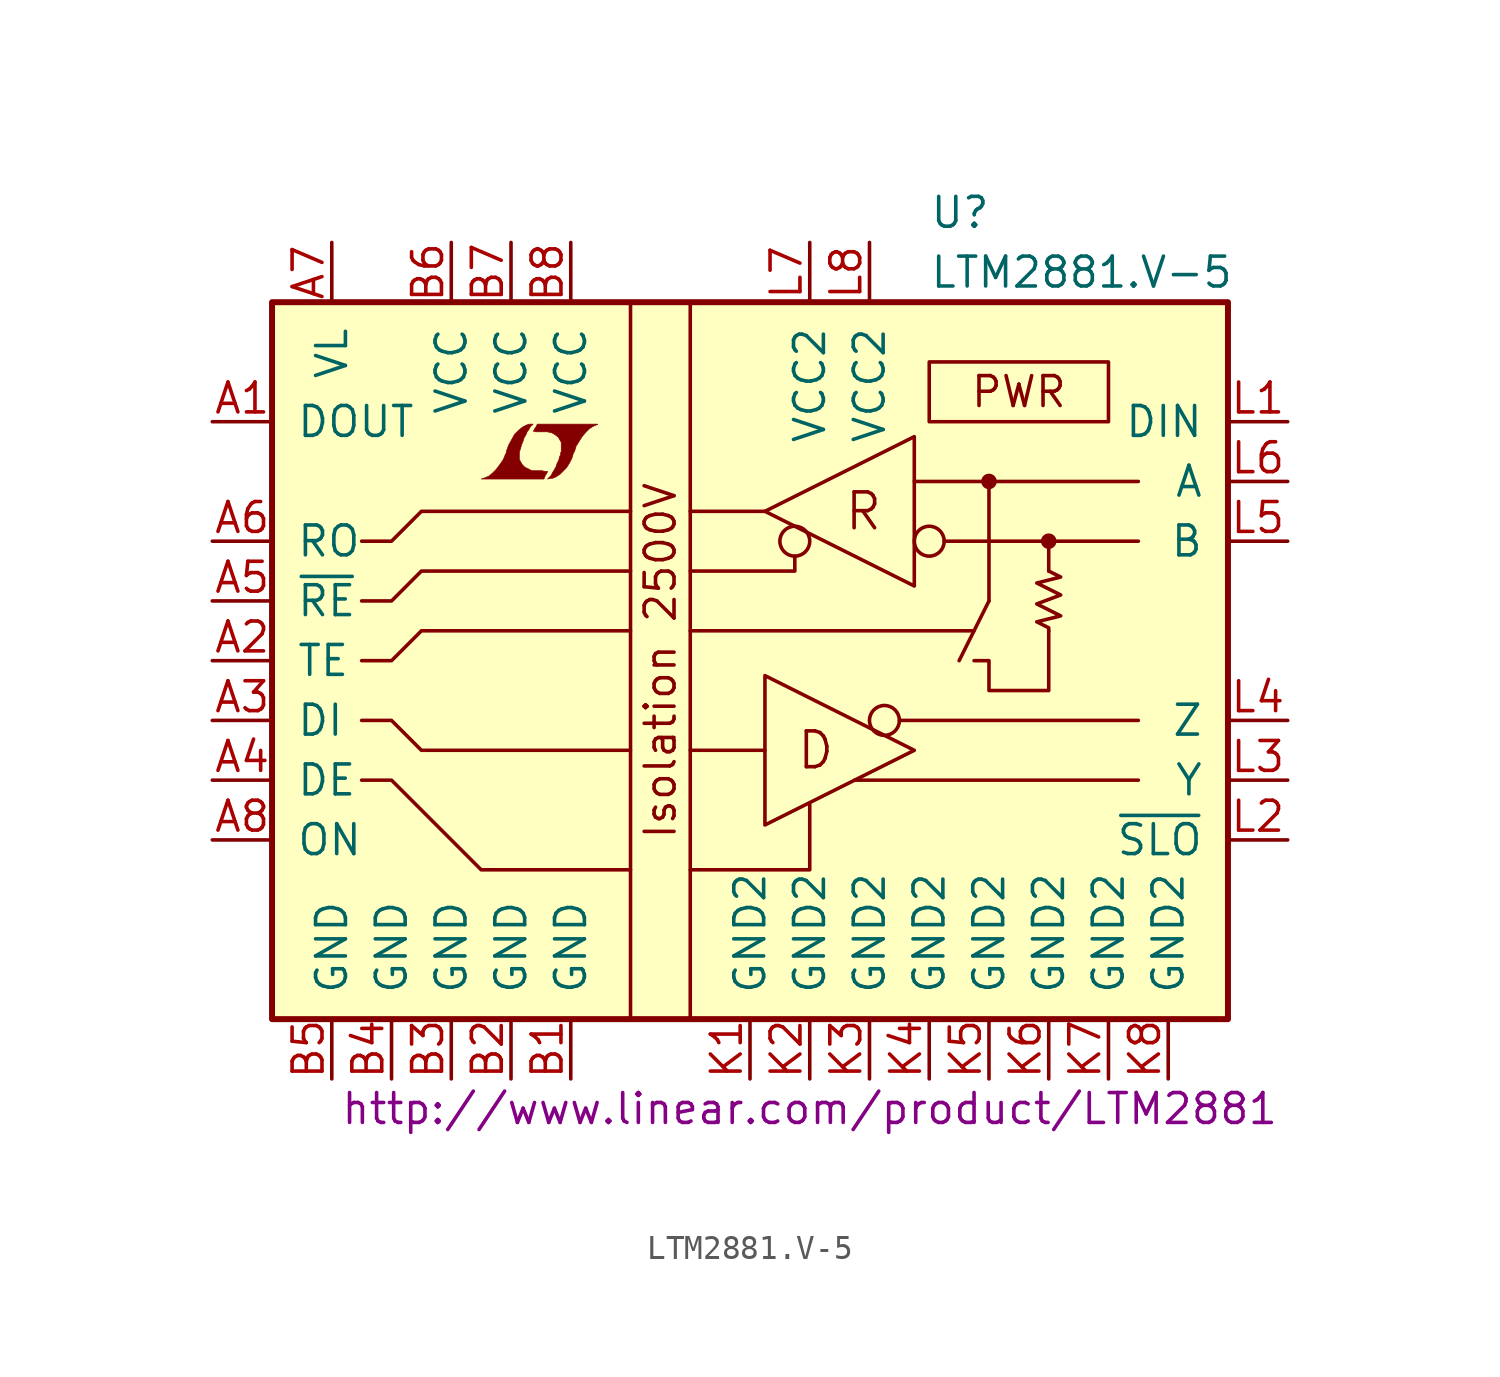
<source format=kicad_sym>
(kicad_symbol_lib
  (version 20201005)
  (generator kicad_symbol_editor)
  (symbol "LTM2881.V-5"
    (pin_names
      (offset 1.016))
    (property "Reference" "U"
      (at 7.62 19.05 0)
      (effects (font (size 1.27 1.27)) (justify left)))
    (property "Value" "LTM2881.V-5"
      (at 7.62 16.51 0)
      (effects (font (size 1.27 1.27)) (justify left)))
    (property "Datasheet" "http://www.linear.com/product/LTM2881"
      (at 2.54 -19.05 0)
      (effects (font (size 1.27 1.27))))
    (symbol "LTM2881.V-5_0_0"
      (text "D" (at 2.794 -3.81 0) (effects (font (size 1.524 1.524))))
      (text "Isolation 2500V" (at -3.81 0 900) (effects (font (size 1.27 1.27))))
      (text "R" (at 4.826 6.35 0) (effects (font (size 1.524 1.524))))
      (rectangle (start 7.62 12.7) (end 15.24 10.16) (stroke (width 0)) (fill (type none)))
      (polyline (pts (xy -8.687 7.899) (xy -8.661 7.925) (xy -8.611 8.026) (xy -8.611 8.052) (xy -8.738 8.052) (xy -8.839 8.077) (xy -9.296 8.077) (xy -9.322 8.103) (xy -9.576 8.23) (xy -9.677 8.331) (xy -9.754 8.458) (xy -9.804 8.56) (xy -9.804 8.865) (xy -9.754 9.017) (xy -9.728 9.119) (xy -9.703 9.195) (xy -9.652 9.322) (xy -9.601 9.474) (xy -9.525 9.601) (xy -9.474 9.728) (xy -9.398 9.83) (xy -9.347 9.931) (xy -9.22 10.058) (xy -9.398 10.058) (xy -9.525 10.008) (xy -9.627 9.957) (xy -9.703 9.906) (xy -9.83 9.804) (xy -10.008 9.627) (xy -10.262 9.169) (xy -10.363 8.89) (xy -10.363 8.839) (xy -10.414 8.738) (xy -10.465 8.611) (xy -10.516 8.509) (xy -10.643 8.331) (xy -10.795 8.128) (xy -10.947 7.976) (xy -11.1 7.849) (xy -11.278 7.772) (xy -11.43 7.722) (xy -8.763 7.722) (xy -8.687 7.899)) (stroke (width 0.025)) (fill (type outline)))
      (polyline (pts (xy -8.484 7.747) (xy -8.407 7.747) (xy -8.23 7.823) (xy -8.077 7.925) (xy -7.798 8.204) (xy -7.671 8.407) (xy -7.569 8.611) (xy -7.493 8.865) (xy -7.468 8.865) (xy -7.391 9.119) (xy -7.137 9.525) (xy -6.985 9.703) (xy -6.833 9.855) (xy -6.68 9.957) (xy -6.502 10.033) (xy -6.477 10.033) (xy -6.477 10.058) (xy -9.042 10.058) (xy -9.119 9.906) (xy -9.144 9.881) (xy -9.195 9.779) (xy -9.22 9.754) (xy -9.169 9.754) (xy -9.119 9.728) (xy -8.585 9.728) (xy -8.534 9.703) (xy -8.484 9.703) (xy -8.407 9.677) (xy -8.28 9.601) (xy -8.153 9.5) (xy -8.077 9.373) (xy -8.052 9.322) (xy -8.026 9.296) (xy -8.026 8.89) (xy -8.052 8.839) (xy -8.052 8.763) (xy -8.103 8.661) (xy -8.128 8.534) (xy -8.204 8.382) (xy -8.255 8.23) (xy -8.407 7.976) (xy -8.458 7.874) (xy -8.611 7.722) (xy -8.484 7.747)) (stroke (width 0.025)) (fill (type outline))))
    (symbol "LTM2881.V-5_0_1"
      (circle (center 1.905 5.08) (radius 0.635) (stroke (width 0)) (fill (type none)))
      (circle (center 5.715 -2.54) (radius 0.635) (stroke (width 0)) (fill (type none)))
      (circle (center 7.62 5.08) (radius 0.635) (stroke (width 0)) (fill (type none)))
      (circle (center 10.16 7.62) (radius 0.254) (stroke (width 0)) (fill (type outline)))
      (circle (center 12.7 5.08) (radius 0.254) (stroke (width 0)) (fill (type outline)))
      (rectangle (start -20.32 15.24) (end 20.32 -15.24) (stroke (width 0.254)) (fill (type background)))
      (rectangle (start -5.08 15.24) (end -2.54 -15.24) (stroke (width 0)) (fill (type none)))
      (polyline (pts (xy -2.54 1.27) (xy 9.525 1.27)) (stroke (width 0)) (fill (type none)))
      (polyline (pts (xy 0.635 -3.81) (xy -2.54 -3.81)) (stroke (width 0)) (fill (type none)))
      (polyline (pts (xy 0.635 6.35) (xy -2.54 6.35)) (stroke (width 0)) (fill (type none)))
      (polyline (pts (xy 6.35 -2.54) (xy 16.51 -2.54)) (stroke (width 0)) (fill (type none)))
      (polyline (pts (xy 8.255 5.08) (xy 16.51 5.08)) (stroke (width 0)) (fill (type none)))
      (polyline (pts (xy 10.16 2.54) (xy 8.89 0)) (stroke (width 0)) (fill (type none)))
      (polyline (pts (xy 10.16 7.62) (xy 10.16 2.54)) (stroke (width 0)) (fill (type none)))
      (polyline (pts (xy 12.7 3.81) (xy 12.7 5.08)) (stroke (width 0)) (fill (type none)))
      (polyline (pts (xy 16.51 -5.08) (xy 4.445 -5.08)) (stroke (width 0)) (fill (type none)))
      (polyline (pts (xy 16.51 7.62) (xy 6.985 7.62)) (stroke (width 0)) (fill (type none)))
      (polyline (pts (xy -2.54 -8.89) (xy 2.54 -8.89) (xy 2.54 -6.096)) (stroke (width 0)) (fill (type none)))
      (polyline (pts (xy 1.905 4.445) (xy 1.905 3.81) (xy -2.54 3.81)) (stroke (width 0)) (fill (type none)))
      (polyline (pts (xy -16.51 -5.08) (xy -15.24 -5.08) (xy -11.43 -8.89) (xy -5.08 -8.89)) (stroke (width 0)) (fill (type none)))
      (polyline (pts (xy -16.51 0) (xy -15.24 0) (xy -13.97 1.27) (xy -5.08 1.27)) (stroke (width 0)) (fill (type none)))
      (polyline (pts (xy -16.51 2.54) (xy -15.24 2.54) (xy -13.97 3.81) (xy -5.08 3.81)) (stroke (width 0)) (fill (type none)))
      (polyline (pts (xy -16.51 5.08) (xy -15.24 5.08) (xy -13.97 6.35) (xy -5.08 6.35)) (stroke (width 0)) (fill (type none)))
      (polyline (pts (xy -5.08 -3.81) (xy -13.97 -3.81) (xy -15.24 -2.54) (xy -16.51 -2.54)) (stroke (width 0)) (fill (type none)))
      (polyline (pts (xy 0.635 -0.635) (xy 0.635 -6.985) (xy 6.985 -3.81) (xy 0.635 -0.635)) (stroke (width 0)) (fill (type none)))
      (polyline (pts (xy 0.635 6.35) (xy 6.985 3.175) (xy 6.985 9.525) (xy 0.635 6.35)) (stroke (width 0)) (fill (type none)))
      (polyline (pts (xy 9.525 0) (xy 10.16 0) (xy 10.16 -1.27) (xy 12.7 -1.27) (xy 12.7 1.27)) (stroke (width 0)) (fill (type none)))
      (polyline (pts (xy 12.7 3.81) (xy 13.208 3.556) (xy 12.192 3.302) (xy 13.208 2.794) (xy 12.192 2.413) (xy 13.208 1.905) (xy 12.192 1.651) (xy 12.7 1.397) (xy 12.7 1.27)) (stroke (width 0)) (fill (type none))))
    (symbol "LTM2881.V-5_1_0"
      (text "PWR" (at 11.43 11.43 0) (effects (font (size 1.27 1.27)))))
    (symbol "LTM2881.V-5_1_1"
      (pin output line (at -22.86 10.16 0) (length 2.54) (name "DOUT" (effects (font (size 1.27 1.27)))) (number "A1" (effects (font (size 1.27 1.27)))))
      (pin input line (at -22.86 0 0) (length 2.54) (name "TE" (effects (font (size 1.27 1.27)))) (number "A2" (effects (font (size 1.27 1.27)))))
      (pin input line (at -22.86 -2.54 0) (length 2.54) (name "DI" (effects (font (size 1.27 1.27)))) (number "A3" (effects (font (size 1.27 1.27)))))
      (pin input line (at -22.86 -5.08 0) (length 2.54) (name "DE" (effects (font (size 1.27 1.27)))) (number "A4" (effects (font (size 1.27 1.27)))))
      (pin input line (at -22.86 2.54 0) (length 2.54) (name "~RE~" (effects (font (size 1.27 1.27)))) (number "A5" (effects (font (size 1.27 1.27)))))
      (pin tri_state line (at -22.86 5.08 0) (length 2.54) (name "RO" (effects (font (size 1.27 1.27)))) (number "A6" (effects (font (size 1.27 1.27)))))
      (pin power_in line (at -17.78 17.78 270) (length 2.54) (name "VL" (effects (font (size 1.27 1.27)))) (number "A7" (effects (font (size 1.27 1.27)))))
      (pin input line (at -22.86 -7.62 0) (length 2.54) (name "ON" (effects (font (size 1.27 1.27)))) (number "A8" (effects (font (size 1.27 1.27)))))
      (pin power_in line (at -7.62 -17.78 90) (length 2.54) (name "GND" (effects (font (size 1.27 1.27)))) (number "B1" (effects (font (size 1.27 1.27)))))
      (pin power_in line (at -10.16 -17.78 90) (length 2.54) (name "GND" (effects (font (size 1.27 1.27)))) (number "B2" (effects (font (size 1.27 1.27)))))
      (pin power_in line (at -12.7 -17.78 90) (length 2.54) (name "GND" (effects (font (size 1.27 1.27)))) (number "B3" (effects (font (size 1.27 1.27)))))
      (pin power_in line (at -15.24 -17.78 90) (length 2.54) (name "GND" (effects (font (size 1.27 1.27)))) (number "B4" (effects (font (size 1.27 1.27)))))
      (pin power_in line (at -17.78 -17.78 90) (length 2.54) (name "GND" (effects (font (size 1.27 1.27)))) (number "B5" (effects (font (size 1.27 1.27)))))
      (pin power_in line (at -12.7 17.78 270) (length 2.54) (name "VCC" (effects (font (size 1.27 1.27)))) (number "B6" (effects (font (size 1.27 1.27)))))
      (pin power_in line (at -10.16 17.78 270) (length 2.54) (name "VCC" (effects (font (size 1.27 1.27)))) (number "B7" (effects (font (size 1.27 1.27)))))
      (pin power_in line (at -7.62 17.78 270) (length 2.54) (name "VCC" (effects (font (size 1.27 1.27)))) (number "B8" (effects (font (size 1.27 1.27)))))
      (pin power_out line (at 0 -17.78 90) (length 2.54) (name "GND2" (effects (font (size 1.27 1.27)))) (number "K1" (effects (font (size 1.27 1.27)))))
      (pin power_in line (at 2.54 -17.78 90) (length 2.54) (name "GND2" (effects (font (size 1.27 1.27)))) (number "K2" (effects (font (size 1.27 1.27)))))
      (pin power_in line (at 5.08 -17.78 90) (length 2.54) (name "GND2" (effects (font (size 1.27 1.27)))) (number "K3" (effects (font (size 1.27 1.27)))))
      (pin power_in line (at 7.62 -17.78 90) (length 2.54) (name "GND2" (effects (font (size 1.27 1.27)))) (number "K4" (effects (font (size 1.27 1.27)))))
      (pin power_in line (at 10.16 -17.78 90) (length 2.54) (name "GND2" (effects (font (size 1.27 1.27)))) (number "K5" (effects (font (size 1.27 1.27)))))
      (pin power_in line (at 12.7 -17.78 90) (length 2.54) (name "GND2" (effects (font (size 1.27 1.27)))) (number "K6" (effects (font (size 1.27 1.27)))))
      (pin power_in line (at 15.24 -17.78 90) (length 2.54) (name "GND2" (effects (font (size 1.27 1.27)))) (number "K7" (effects (font (size 1.27 1.27)))))
      (pin power_in line (at 17.78 -17.78 90) (length 2.54) (name "GND2" (effects (font (size 1.27 1.27)))) (number "K8" (effects (font (size 1.27 1.27)))))
      (pin input line (at 22.86 10.16 180) (length 2.54) (name "DIN" (effects (font (size 1.27 1.27)))) (number "L1" (effects (font (size 1.27 1.27)))))
      (pin input line (at 22.86 -7.62 180) (length 2.54) (name "~SLO~" (effects (font (size 1.27 1.27)))) (number "L2" (effects (font (size 1.27 1.27)))))
      (pin passive line (at 22.86 -5.08 180) (length 2.54) (name "Y" (effects (font (size 1.27 1.27)))) (number "L3" (effects (font (size 1.27 1.27)))))
      (pin passive line (at 22.86 -2.54 180) (length 2.54) (name "Z" (effects (font (size 1.27 1.27)))) (number "L4" (effects (font (size 1.27 1.27)))))
      (pin passive line (at 22.86 5.08 180) (length 2.54) (name "B" (effects (font (size 1.27 1.27)))) (number "L5" (effects (font (size 1.27 1.27)))))
      (pin passive line (at 22.86 7.62 180) (length 2.54) (name "A" (effects (font (size 1.27 1.27)))) (number "L6" (effects (font (size 1.27 1.27)))))
      (pin power_out line (at 2.54 17.78 270) (length 2.54) (name "VCC2" (effects (font (size 1.27 1.27)))) (number "L7" (effects (font (size 1.27 1.27)))))
      (pin power_in line (at 5.08 17.78 270) (length 2.54) (name "VCC2" (effects (font (size 1.27 1.27)))) (number "L8" (effects (font (size 1.27 1.27))))))))
</source>
